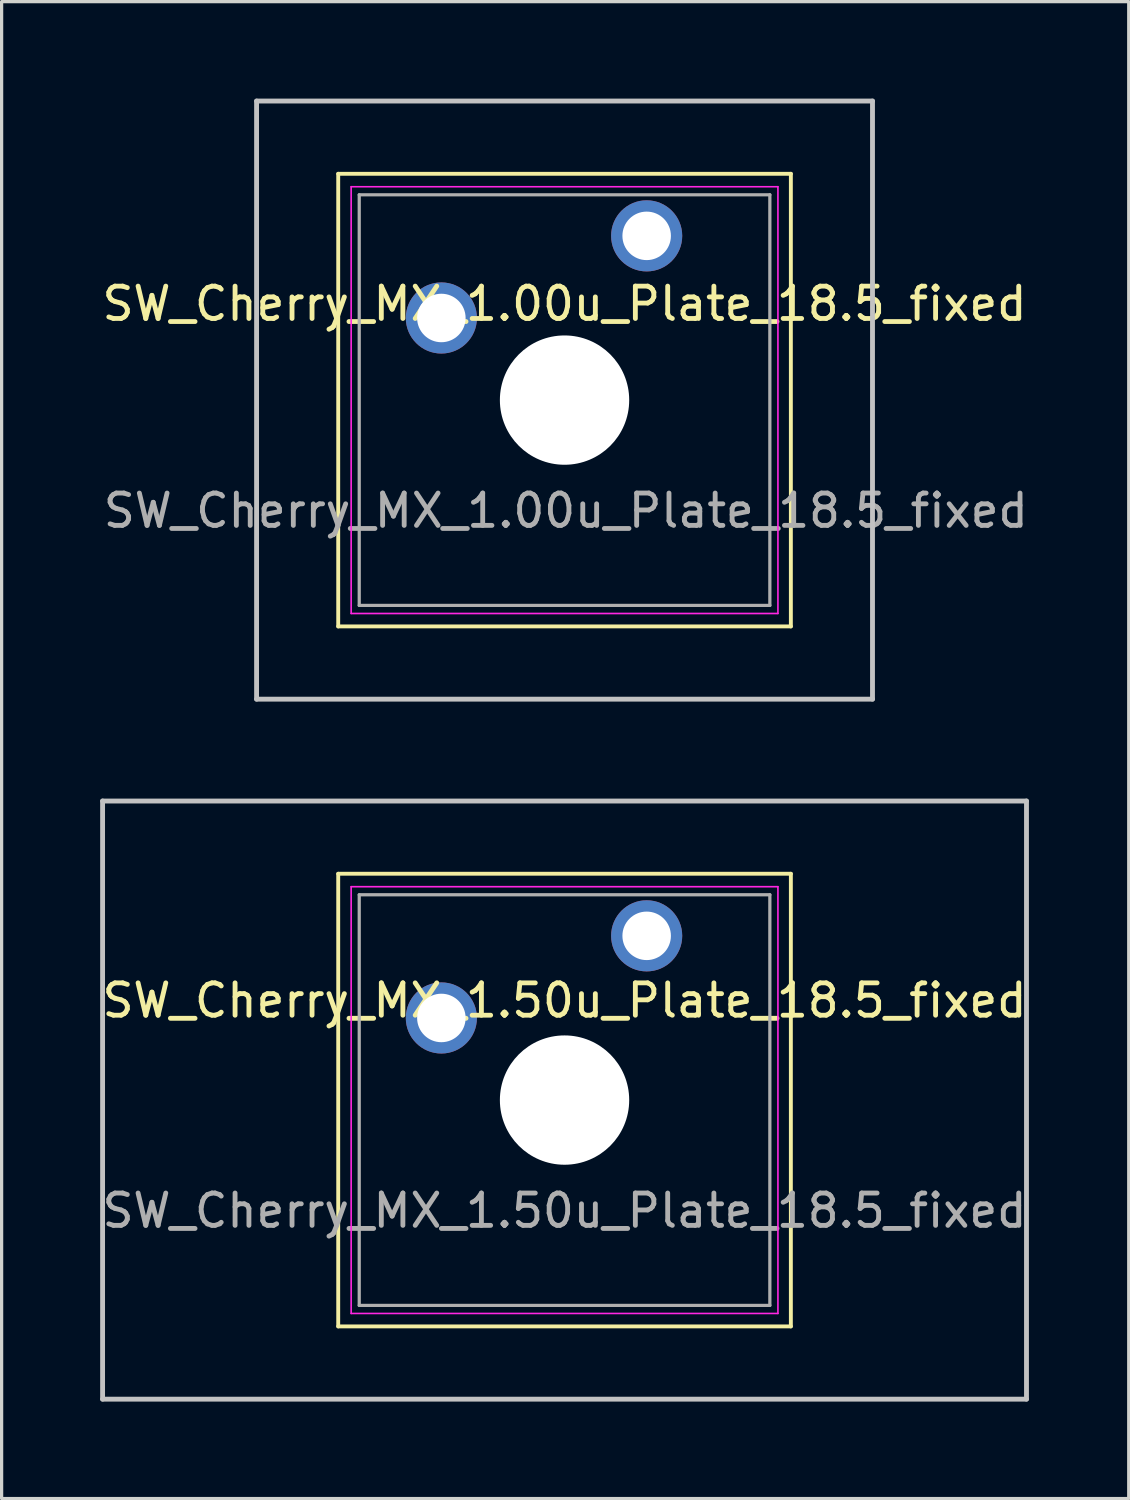
<source format=kicad_pcb>
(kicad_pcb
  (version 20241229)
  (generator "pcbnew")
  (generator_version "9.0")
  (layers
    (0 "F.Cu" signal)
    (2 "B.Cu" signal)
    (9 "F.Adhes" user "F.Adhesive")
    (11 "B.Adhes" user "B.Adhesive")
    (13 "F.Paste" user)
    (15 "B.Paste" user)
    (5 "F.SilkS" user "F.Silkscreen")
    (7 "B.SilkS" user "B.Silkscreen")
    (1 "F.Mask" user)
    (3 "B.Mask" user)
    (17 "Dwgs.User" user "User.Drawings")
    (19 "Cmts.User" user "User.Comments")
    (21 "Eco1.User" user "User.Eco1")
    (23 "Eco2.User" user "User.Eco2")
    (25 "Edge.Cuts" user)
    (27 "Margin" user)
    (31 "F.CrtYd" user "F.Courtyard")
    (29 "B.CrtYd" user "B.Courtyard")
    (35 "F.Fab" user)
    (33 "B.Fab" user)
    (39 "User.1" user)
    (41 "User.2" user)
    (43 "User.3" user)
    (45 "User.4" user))
  (footprint "SW_Cherry_MX_1.00u_Plate_18.5_fixed"
    (layer "F.Cu")
    (at 16.951 4.245)
    (property "Reference" "SW_Cherry_MX_1.00u_Plate_18.5_fixed" (at -2.54 2.1 0) (layer "F.SilkS") (effects (font (size 1 1) (thickness 0.15))))
    (attr through_hole)
    (fp_line (start -9.54 -1.92) (end 4.46 -1.92) (stroke (width 0.12) (type solid)) (layer "F.SilkS"))
    (fp_line (start -9.54 12.08) (end -9.54 -1.92) (stroke (width 0.12) (type solid)) (layer "F.SilkS"))
    (fp_line (start 4.46 -1.92) (end 4.46 12.08) (stroke (width 0.12) (type solid)) (layer "F.SilkS"))
    (fp_line (start 4.46 12.08) (end -9.54 12.08) (stroke (width 0.12) (type solid)) (layer "F.SilkS"))
    (fp_line (start -12.065 -4.17) (end 6.985 -4.17) (stroke (width 0.15) (type solid)) (layer "Dwgs.User"))
    (fp_line (start -12.065 14.33) (end -12.065 -4.17) (stroke (width 0.15) (type solid)) (layer "Dwgs.User"))
    (fp_line (start 6.985 -4.17) (end 6.985 14.33) (stroke (width 0.15) (type solid)) (layer "Dwgs.User"))
    (fp_line (start 6.985 14.33) (end -12.065 14.33) (stroke (width 0.15) (type solid)) (layer "Dwgs.User"))
    (fp_line (start -9.14 -1.52) (end 4.06 -1.52) (stroke (width 0.05) (type solid)) (layer "F.CrtYd"))
    (fp_line (start -9.14 11.68) (end -9.14 -1.52) (stroke (width 0.05) (type solid)) (layer "F.CrtYd"))
    (fp_line (start 4.06 -1.52) (end 4.06 11.68) (stroke (width 0.05) (type solid)) (layer "F.CrtYd"))
    (fp_line (start 4.06 11.68) (end -9.14 11.68) (stroke (width 0.05) (type solid)) (layer "F.CrtYd"))
    (fp_line (start -8.89 -1.27) (end 3.81 -1.27) (stroke (width 0.1) (type solid)) (layer "F.Fab"))
    (fp_line (start -8.89 11.43) (end -8.89 -1.27) (stroke (width 0.1) (type solid)) (layer "F.Fab"))
    (fp_line (start 3.81 -1.27) (end 3.81 11.43) (stroke (width 0.1) (type solid)) (layer "F.Fab"))
    (fp_line (start 3.81 11.43) (end -8.89 11.43) (stroke (width 0.1) (type solid)) (layer "F.Fab"))
    (fp_text user "${REFERENCE}" (at -2.5 8.5 0) (layer "F.Fab") (effects (font (size 1 1) (thickness 0.15))))
    (pad "" np_thru_hole circle (at -2.54 5.08) (size 4 4) (drill 4) (layers "*.Cu" "*.Mask"))
    (pad "1" thru_hole circle (at 0 0) (size 2.2 2.2) (drill 1.5) (layers "*.Cu" "*.Mask"))
    (pad "2" thru_hole circle (at -6.35 2.54) (size 2.2 2.2) (drill 1.5) (layers "*.Cu" "*.Mask")))
  (footprint "SW_Cherry_MX_1.50u_Plate_18.5_fixed"
    (layer "F.Cu")
    (at 16.951 25.895)
    (property "Reference" "SW_Cherry_MX_1.50u_Plate_18.5_fixed" (at -2.54 2 0) (layer "F.SilkS") (effects (font (size 1 1) (thickness 0.15))))
    (attr through_hole)
    (fp_line (start -9.54 -1.92) (end 4.46 -1.92) (stroke (width 0.12) (type solid)) (layer "F.SilkS"))
    (fp_line (start -9.54 12.08) (end -9.54 -1.92) (stroke (width 0.12) (type solid)) (layer "F.SilkS"))
    (fp_line (start 4.46 -1.92) (end 4.46 12.08) (stroke (width 0.12) (type solid)) (layer "F.SilkS"))
    (fp_line (start 4.46 12.08) (end -9.54 12.08) (stroke (width 0.12) (type solid)) (layer "F.SilkS"))
    (fp_line (start -16.828 -4.17) (end 11.748 -4.17) (stroke (width 0.15) (type solid)) (layer "Dwgs.User"))
    (fp_line (start -16.828 14.33) (end -16.828 -4.17) (stroke (width 0.15) (type solid)) (layer "Dwgs.User"))
    (fp_line (start 11.748 -4.17) (end 11.748 14.33) (stroke (width 0.15) (type solid)) (layer "Dwgs.User"))
    (fp_line (start 11.748 14.33) (end -16.828 14.33) (stroke (width 0.15) (type solid)) (layer "Dwgs.User"))
    (fp_line (start -9.14 -1.52) (end 4.06 -1.52) (stroke (width 0.05) (type solid)) (layer "F.CrtYd"))
    (fp_line (start -9.14 11.68) (end -9.14 -1.52) (stroke (width 0.05) (type solid)) (layer "F.CrtYd"))
    (fp_line (start 4.06 -1.52) (end 4.06 11.68) (stroke (width 0.05) (type solid)) (layer "F.CrtYd"))
    (fp_line (start 4.06 11.68) (end -9.14 11.68) (stroke (width 0.05) (type solid)) (layer "F.CrtYd"))
    (fp_line (start -8.89 -1.27) (end 3.81 -1.27) (stroke (width 0.1) (type solid)) (layer "F.Fab"))
    (fp_line (start -8.89 11.43) (end -8.89 -1.27) (stroke (width 0.1) (type solid)) (layer "F.Fab"))
    (fp_line (start 3.81 -1.27) (end 3.81 11.43) (stroke (width 0.1) (type solid)) (layer "F.Fab"))
    (fp_line (start 3.81 11.43) (end -8.89 11.43) (stroke (width 0.1) (type solid)) (layer "F.Fab"))
    (fp_text user "${REFERENCE}" (at -2.54 8.5 0) (layer "F.Fab") (effects (font (size 1 1) (thickness 0.15))))
    (pad "" np_thru_hole circle (at -2.54 5.08) (size 4 4) (drill 4) (layers "*.Cu" "*.Mask"))
    (pad "1" thru_hole circle (at 0 0) (size 2.2 2.2) (drill 1.5) (layers "*.Cu" "*.Mask"))
    (pad "2" thru_hole circle (at -6.35 2.54) (size 2.2 2.2) (drill 1.5) (layers "*.Cu" "*.Mask")))
  (gr_rect
    (start -3 -3)
    (end 31.861 43.3)
    (stroke (width 0.1) (type default))
    (fill no)
    (layer "Edge.Cuts")))
</source>
